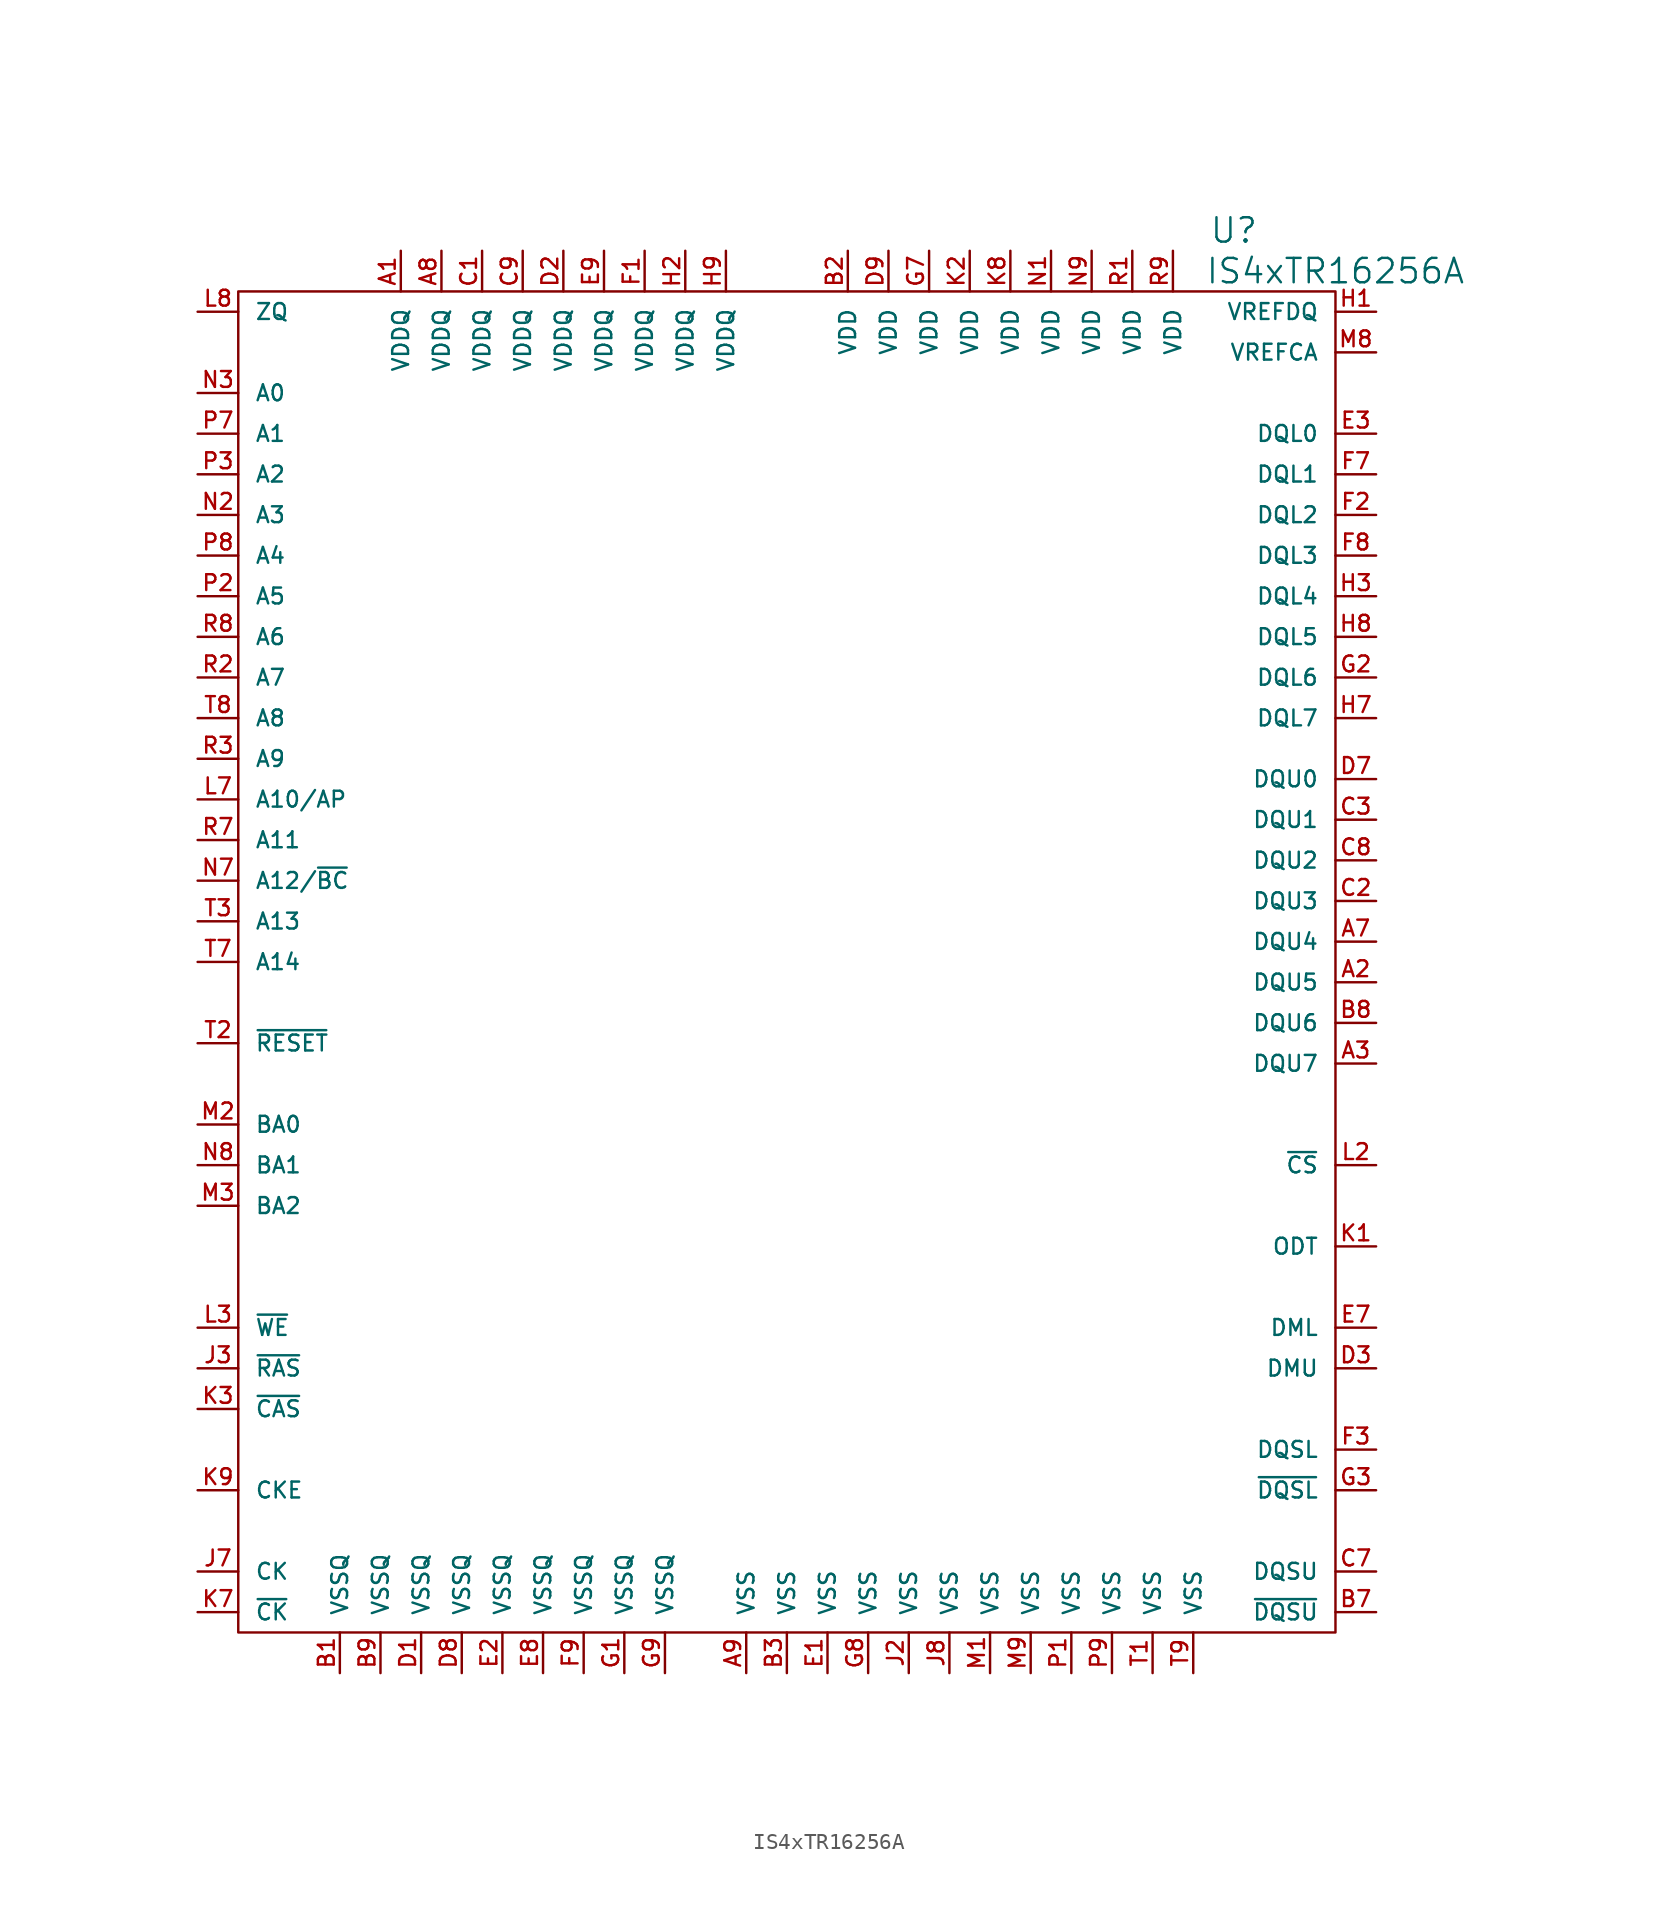
<source format=kicad_sym>
(kicad_symbol_lib
  (version 20220914)
  (generator kicad_symbol_editor)
  (symbol "IS4xTR16256A"
    (pin_names
      (offset 1.016))
    (property "Reference" "U"
      (at 27.94 45.72 0)
      (effects (font (size 1.524 1.524))))
    (property "Value" "IS4xTR16256A"
      (at 34.29 43.18 0)
      (effects (font (size 1.524 1.524))))
    (property "Footprint" ""
      (at -10.16 12.7 0)
      (effects (font (size 1.524 1.524))))
    (property "Datasheet" ""
      (at 0 0 0)
      (effects (font (size 1.524 1.524))))
    (symbol "IS4xTR16256A_0_1"
      (rectangle (start 34.29 -41.91) (end -34.29 41.91) (stroke (width 0) (type solid)) (fill (type none))))
    (symbol "IS4xTR16256A_1_1"
      (pin passive line (at -24.13 44.45 270) (length 2.54) (name "VDDQ" (effects (font (size 0.991 0.991)))) (number "A1" (effects (font (size 0.991 0.991)))))
      (pin passive line (at 36.83 -1.27 180) (length 2.54) (name "DQU5" (effects (font (size 0.991 0.991)))) (number "A2" (effects (font (size 0.991 0.991)))))
      (pin passive line (at 36.83 -6.35 180) (length 2.54) (name "DQU7" (effects (font (size 0.991 0.991)))) (number "A3" (effects (font (size 0.991 0.991)))))
      (pin passive line (at 36.83 1.27 180) (length 2.54) (name "DQU4" (effects (font (size 0.991 0.991)))) (number "A7" (effects (font (size 0.991 0.991)))))
      (pin passive line (at -21.59 44.45 270) (length 2.54) (name "VDDQ" (effects (font (size 0.991 0.991)))) (number "A8" (effects (font (size 0.991 0.991)))))
      (pin passive line (at -2.54 -44.45 90) (length 2.54) (name "VSS" (effects (font (size 0.991 0.991)))) (number "A9" (effects (font (size 0.991 0.991)))))
      (pin passive line (at -27.94 -44.45 90) (length 2.54) (name "VSSQ" (effects (font (size 0.991 0.991)))) (number "B1" (effects (font (size 0.991 0.991)))))
      (pin passive line (at 3.81 44.45 270) (length 2.54) (name "VDD" (effects (font (size 0.991 0.991)))) (number "B2" (effects (font (size 0.991 0.991)))))
      (pin passive line (at 0 -44.45 90) (length 2.54) (name "VSS" (effects (font (size 0.991 0.991)))) (number "B3" (effects (font (size 0.991 0.991)))))
      (pin passive line (at 36.83 -40.64 180) (length 2.54) (name "~{DQSU}" (effects (font (size 0.991 0.991)))) (number "B7" (effects (font (size 0.991 0.991)))))
      (pin passive line (at 36.83 -3.81 180) (length 2.54) (name "DQU6" (effects (font (size 0.991 0.991)))) (number "B8" (effects (font (size 0.991 0.991)))))
      (pin passive line (at -25.4 -44.45 90) (length 2.54) (name "VSSQ" (effects (font (size 0.991 0.991)))) (number "B9" (effects (font (size 0.991 0.991)))))
      (pin passive line (at -19.05 44.45 270) (length 2.54) (name "VDDQ" (effects (font (size 0.991 0.991)))) (number "C1" (effects (font (size 0.991 0.991)))))
      (pin passive line (at 36.83 3.81 180) (length 2.54) (name "DQU3" (effects (font (size 0.991 0.991)))) (number "C2" (effects (font (size 0.991 0.991)))))
      (pin passive line (at 36.83 8.89 180) (length 2.54) (name "DQU1" (effects (font (size 0.991 0.991)))) (number "C3" (effects (font (size 0.991 0.991)))))
      (pin passive line (at 36.83 -38.1 180) (length 2.54) (name "DQSU" (effects (font (size 0.991 0.991)))) (number "C7" (effects (font (size 0.991 0.991)))))
      (pin passive line (at 36.83 6.35 180) (length 2.54) (name "DQU2" (effects (font (size 0.991 0.991)))) (number "C8" (effects (font (size 0.991 0.991)))))
      (pin passive line (at -16.51 44.45 270) (length 2.54) (name "VDDQ" (effects (font (size 0.991 0.991)))) (number "C9" (effects (font (size 0.991 0.991)))))
      (pin passive line (at -22.86 -44.45 90) (length 2.54) (name "VSSQ" (effects (font (size 0.991 0.991)))) (number "D1" (effects (font (size 0.991 0.991)))))
      (pin passive line (at -13.97 44.45 270) (length 2.54) (name "VDDQ" (effects (font (size 0.991 0.991)))) (number "D2" (effects (font (size 0.991 0.991)))))
      (pin passive line (at 36.83 -25.4 180) (length 2.54) (name "DMU" (effects (font (size 0.991 0.991)))) (number "D3" (effects (font (size 0.991 0.991)))))
      (pin passive line (at 36.83 11.43 180) (length 2.54) (name "DQU0" (effects (font (size 0.991 0.991)))) (number "D7" (effects (font (size 0.991 0.991)))))
      (pin passive line (at -20.32 -44.45 90) (length 2.54) (name "VSSQ" (effects (font (size 0.991 0.991)))) (number "D8" (effects (font (size 0.991 0.991)))))
      (pin passive line (at 6.35 44.45 270) (length 2.54) (name "VDD" (effects (font (size 0.991 0.991)))) (number "D9" (effects (font (size 0.991 0.991)))))
      (pin passive line (at 2.54 -44.45 90) (length 2.54) (name "VSS" (effects (font (size 0.991 0.991)))) (number "E1" (effects (font (size 0.991 0.991)))))
      (pin passive line (at -17.78 -44.45 90) (length 2.54) (name "VSSQ" (effects (font (size 0.991 0.991)))) (number "E2" (effects (font (size 0.991 0.991)))))
      (pin passive line (at 36.83 33.02 180) (length 2.54) (name "DQL0" (effects (font (size 0.991 0.991)))) (number "E3" (effects (font (size 0.991 0.991)))))
      (pin passive line (at 36.83 -22.86 180) (length 2.54) (name "DML" (effects (font (size 0.991 0.991)))) (number "E7" (effects (font (size 0.991 0.991)))))
      (pin passive line (at -15.24 -44.45 90) (length 2.54) (name "VSSQ" (effects (font (size 0.991 0.991)))) (number "E8" (effects (font (size 0.991 0.991)))))
      (pin passive line (at -11.43 44.45 270) (length 2.54) (name "VDDQ" (effects (font (size 0.991 0.991)))) (number "E9" (effects (font (size 0.991 0.991)))))
      (pin passive line (at -8.89 44.45 270) (length 2.54) (name "VDDQ" (effects (font (size 0.991 0.991)))) (number "F1" (effects (font (size 0.991 0.991)))))
      (pin passive line (at 36.83 27.94 180) (length 2.54) (name "DQL2" (effects (font (size 0.991 0.991)))) (number "F2" (effects (font (size 0.991 0.991)))))
      (pin passive line (at 36.83 -30.48 180) (length 2.54) (name "DQSL" (effects (font (size 0.991 0.991)))) (number "F3" (effects (font (size 0.991 0.991)))))
      (pin passive line (at 36.83 30.48 180) (length 2.54) (name "DQL1" (effects (font (size 0.991 0.991)))) (number "F7" (effects (font (size 0.991 0.991)))))
      (pin passive line (at 36.83 25.4 180) (length 2.54) (name "DQL3" (effects (font (size 0.991 0.991)))) (number "F8" (effects (font (size 0.991 0.991)))))
      (pin passive line (at -12.7 -44.45 90) (length 2.54) (name "VSSQ" (effects (font (size 0.991 0.991)))) (number "F9" (effects (font (size 0.991 0.991)))))
      (pin passive line (at -10.16 -44.45 90) (length 2.54) (name "VSSQ" (effects (font (size 0.991 0.991)))) (number "G1" (effects (font (size 0.991 0.991)))))
      (pin passive line (at 36.83 17.78 180) (length 2.54) (name "DQL6" (effects (font (size 0.991 0.991)))) (number "G2" (effects (font (size 0.991 0.991)))))
      (pin passive line (at 36.83 -33.02 180) (length 2.54) (name "~{DQSL}" (effects (font (size 0.991 0.991)))) (number "G3" (effects (font (size 0.991 0.991)))))
      (pin passive line (at 8.89 44.45 270) (length 2.54) (name "VDD" (effects (font (size 0.991 0.991)))) (number "G7" (effects (font (size 0.991 0.991)))))
      (pin passive line (at 5.08 -44.45 90) (length 2.54) (name "VSS" (effects (font (size 0.991 0.991)))) (number "G8" (effects (font (size 0.991 0.991)))))
      (pin passive line (at -7.62 -44.45 90) (length 2.54) (name "VSSQ" (effects (font (size 0.991 0.991)))) (number "G9" (effects (font (size 0.991 0.991)))))
      (pin passive line (at 36.83 40.64 180) (length 2.54) (name "VREFDQ" (effects (font (size 0.991 0.991)))) (number "H1" (effects (font (size 0.991 0.991)))))
      (pin passive line (at -6.35 44.45 270) (length 2.54) (name "VDDQ" (effects (font (size 0.991 0.991)))) (number "H2" (effects (font (size 0.991 0.991)))))
      (pin passive line (at 36.83 22.86 180) (length 2.54) (name "DQL4" (effects (font (size 0.991 0.991)))) (number "H3" (effects (font (size 0.991 0.991)))))
      (pin passive line (at 36.83 15.24 180) (length 2.54) (name "DQL7" (effects (font (size 0.991 0.991)))) (number "H7" (effects (font (size 0.991 0.991)))))
      (pin passive line (at 36.83 20.32 180) (length 2.54) (name "DQL5" (effects (font (size 0.991 0.991)))) (number "H8" (effects (font (size 0.991 0.991)))))
      (pin passive line (at -3.81 44.45 270) (length 2.54) (name "VDDQ" (effects (font (size 0.991 0.991)))) (number "H9" (effects (font (size 0.991 0.991)))))
      (pin passive line (at 7.62 -44.45 90) (length 2.54) (name "VSS" (effects (font (size 0.991 0.991)))) (number "J2" (effects (font (size 0.991 0.991)))))
      (pin passive line (at -36.83 -25.4 0) (length 2.54) (name "~{RAS}" (effects (font (size 0.991 0.991)))) (number "J3" (effects (font (size 0.991 0.991)))))
      (pin passive line (at -36.83 -38.1 0) (length 2.54) (name "CK" (effects (font (size 0.991 0.991)))) (number "J7" (effects (font (size 0.991 0.991)))))
      (pin passive line (at 10.16 -44.45 90) (length 2.54) (name "VSS" (effects (font (size 0.991 0.991)))) (number "J8" (effects (font (size 0.991 0.991)))))
      (pin passive line (at 36.83 -17.78 180) (length 2.54) (name "ODT" (effects (font (size 0.991 0.991)))) (number "K1" (effects (font (size 0.991 0.991)))))
      (pin passive line (at 11.43 44.45 270) (length 2.54) (name "VDD" (effects (font (size 0.991 0.991)))) (number "K2" (effects (font (size 0.991 0.991)))))
      (pin passive line (at -36.83 -27.94 0) (length 2.54) (name "~{CAS}" (effects (font (size 0.991 0.991)))) (number "K3" (effects (font (size 0.991 0.991)))))
      (pin passive line (at -36.83 -40.64 0) (length 2.54) (name "~{CK}" (effects (font (size 0.991 0.991)))) (number "K7" (effects (font (size 0.991 0.991)))))
      (pin passive line (at 13.97 44.45 270) (length 2.54) (name "VDD" (effects (font (size 0.991 0.991)))) (number "K8" (effects (font (size 0.991 0.991)))))
      (pin passive line (at -36.83 -33.02 0) (length 2.54) (name "CKE" (effects (font (size 0.991 0.991)))) (number "K9" (effects (font (size 0.991 0.991)))))
      (pin passive line (at 36.83 -12.7 180) (length 2.54) (name "~{CS}" (effects (font (size 0.991 0.991)))) (number "L2" (effects (font (size 0.991 0.991)))))
      (pin passive line (at -36.83 -22.86 0) (length 2.54) (name "~{WE}" (effects (font (size 0.991 0.991)))) (number "L3" (effects (font (size 0.991 0.991)))))
      (pin passive line (at -36.83 10.16 0) (length 2.54) (name "A10/AP" (effects (font (size 0.991 0.991)))) (number "L7" (effects (font (size 0.991 0.991)))))
      (pin passive line (at -36.83 40.64 0) (length 2.54) (name "ZQ" (effects (font (size 0.991 0.991)))) (number "L8" (effects (font (size 0.991 0.991)))))
      (pin passive line (at 12.7 -44.45 90) (length 2.54) (name "VSS" (effects (font (size 0.991 0.991)))) (number "M1" (effects (font (size 0.991 0.991)))))
      (pin passive line (at -36.83 -10.16 0) (length 2.54) (name "BA0" (effects (font (size 0.991 0.991)))) (number "M2" (effects (font (size 0.991 0.991)))))
      (pin passive line (at -36.83 -15.24 0) (length 2.54) (name "BA2" (effects (font (size 0.991 0.991)))) (number "M3" (effects (font (size 0.991 0.991)))))
      (pin passive line (at 36.83 38.1 180) (length 2.54) (name "VREFCA" (effects (font (size 0.991 0.991)))) (number "M8" (effects (font (size 0.991 0.991)))))
      (pin passive line (at 15.24 -44.45 90) (length 2.54) (name "VSS" (effects (font (size 0.991 0.991)))) (number "M9" (effects (font (size 0.991 0.991)))))
      (pin passive line (at 16.51 44.45 270) (length 2.54) (name "VDD" (effects (font (size 0.991 0.991)))) (number "N1" (effects (font (size 0.991 0.991)))))
      (pin passive line (at -36.83 27.94 0) (length 2.54) (name "A3" (effects (font (size 0.991 0.991)))) (number "N2" (effects (font (size 0.991 0.991)))))
      (pin passive line (at -36.83 35.56 0) (length 2.54) (name "A0" (effects (font (size 0.991 0.991)))) (number "N3" (effects (font (size 0.991 0.991)))))
      (pin passive line (at -36.83 5.08 0) (length 2.54) (name "A12/~{BC}" (effects (font (size 0.991 0.991)))) (number "N7" (effects (font (size 0.991 0.991)))))
      (pin passive line (at -36.83 -12.7 0) (length 2.54) (name "BA1" (effects (font (size 0.991 0.991)))) (number "N8" (effects (font (size 0.991 0.991)))))
      (pin passive line (at 19.05 44.45 270) (length 2.54) (name "VDD" (effects (font (size 0.991 0.991)))) (number "N9" (effects (font (size 0.991 0.991)))))
      (pin passive line (at 17.78 -44.45 90) (length 2.54) (name "VSS" (effects (font (size 0.991 0.991)))) (number "P1" (effects (font (size 0.991 0.991)))))
      (pin passive line (at -36.83 22.86 0) (length 2.54) (name "A5" (effects (font (size 0.991 0.991)))) (number "P2" (effects (font (size 0.991 0.991)))))
      (pin passive line (at -36.83 30.48 0) (length 2.54) (name "A2" (effects (font (size 0.991 0.991)))) (number "P3" (effects (font (size 0.991 0.991)))))
      (pin passive line (at -36.83 33.02 0) (length 2.54) (name "A1" (effects (font (size 0.991 0.991)))) (number "P7" (effects (font (size 0.991 0.991)))))
      (pin passive line (at -36.83 25.4 0) (length 2.54) (name "A4" (effects (font (size 0.991 0.991)))) (number "P8" (effects (font (size 0.991 0.991)))))
      (pin passive line (at 20.32 -44.45 90) (length 2.54) (name "VSS" (effects (font (size 0.991 0.991)))) (number "P9" (effects (font (size 0.991 0.991)))))
      (pin passive line (at 21.59 44.45 270) (length 2.54) (name "VDD" (effects (font (size 0.991 0.991)))) (number "R1" (effects (font (size 0.991 0.991)))))
      (pin passive line (at -36.83 17.78 0) (length 2.54) (name "A7" (effects (font (size 0.991 0.991)))) (number "R2" (effects (font (size 0.991 0.991)))))
      (pin passive line (at -36.83 12.7 0) (length 2.54) (name "A9" (effects (font (size 0.991 0.991)))) (number "R3" (effects (font (size 0.991 0.991)))))
      (pin passive line (at -36.83 7.62 0) (length 2.54) (name "A11" (effects (font (size 0.991 0.991)))) (number "R7" (effects (font (size 0.991 0.991)))))
      (pin passive line (at -36.83 20.32 0) (length 2.54) (name "A6" (effects (font (size 0.991 0.991)))) (number "R8" (effects (font (size 0.991 0.991)))))
      (pin passive line (at 24.13 44.45 270) (length 2.54) (name "VDD" (effects (font (size 0.991 0.991)))) (number "R9" (effects (font (size 0.991 0.991)))))
      (pin passive line (at 22.86 -44.45 90) (length 2.54) (name "VSS" (effects (font (size 0.991 0.991)))) (number "T1" (effects (font (size 0.991 0.991)))))
      (pin passive line (at -36.83 -5.08 0) (length 2.54) (name "~{RESET}" (effects (font (size 0.991 0.991)))) (number "T2" (effects (font (size 0.991 0.991)))))
      (pin passive line (at -36.83 2.54 0) (length 2.54) (name "A13" (effects (font (size 0.991 0.991)))) (number "T3" (effects (font (size 0.991 0.991)))))
      (pin passive line (at -36.83 0 0) (length 2.54) (name "A14" (effects (font (size 0.991 0.991)))) (number "T7" (effects (font (size 0.991 0.991)))))
      (pin passive line (at -36.83 15.24 0) (length 2.54) (name "A8" (effects (font (size 0.991 0.991)))) (number "T8" (effects (font (size 0.991 0.991)))))
      (pin passive line (at 25.4 -44.45 90) (length 2.54) (name "VSS" (effects (font (size 0.991 0.991)))) (number "T9" (effects (font (size 0.991 0.991))))))))
</source>
